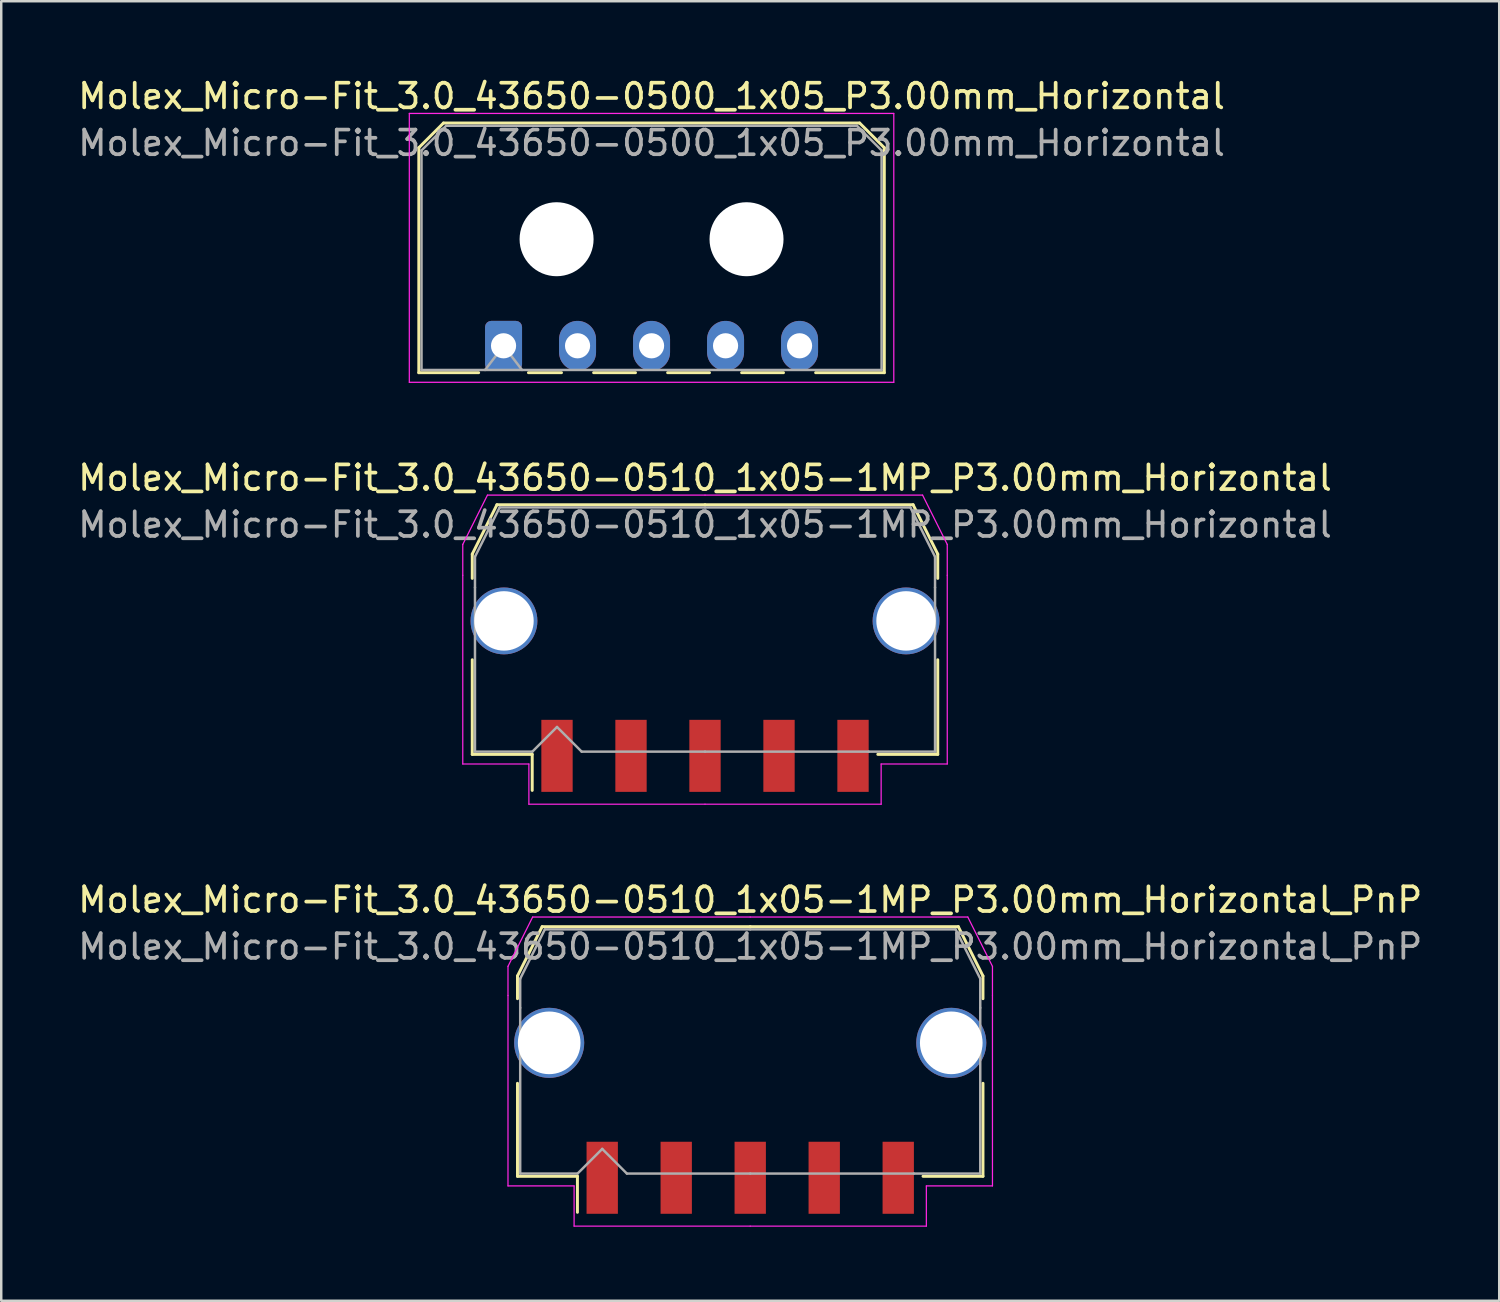
<source format=kicad_pcb>
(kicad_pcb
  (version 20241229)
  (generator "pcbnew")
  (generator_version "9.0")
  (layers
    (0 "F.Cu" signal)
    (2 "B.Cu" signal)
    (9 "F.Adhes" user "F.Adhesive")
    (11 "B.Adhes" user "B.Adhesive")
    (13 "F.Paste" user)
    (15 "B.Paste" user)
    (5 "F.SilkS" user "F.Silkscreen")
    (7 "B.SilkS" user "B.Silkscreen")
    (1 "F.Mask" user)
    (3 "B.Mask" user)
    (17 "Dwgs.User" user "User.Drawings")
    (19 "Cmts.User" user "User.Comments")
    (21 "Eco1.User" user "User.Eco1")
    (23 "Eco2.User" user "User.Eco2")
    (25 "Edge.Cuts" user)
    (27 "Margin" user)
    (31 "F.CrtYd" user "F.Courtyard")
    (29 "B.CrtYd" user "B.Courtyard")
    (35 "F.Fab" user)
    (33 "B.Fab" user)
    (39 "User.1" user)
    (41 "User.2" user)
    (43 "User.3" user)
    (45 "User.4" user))
  (footprint "Molex_Micro-Fit_3.0_43650-0500_1x05_P3.00mm_Horizontal"
    (layer "F.Cu")
    (at 17.363 10.968)
    (property "Reference" "Molex_Micro-Fit_3.0_43650-0500_1x05_P3.00mm_Horizontal" (at 6 -10.12 0) (layer "F.SilkS") (effects (font (size 1 1) (thickness 0.15))))
    (attr through_hole)
    (fp_line (start -3.435 -8.03) (end -2.435 -9.03) (stroke (width 0.12) (type solid)) (layer "F.SilkS"))
    (fp_line (start -3.435 1.09) (end -3.435 -8.03) (stroke (width 0.12) (type solid)) (layer "F.SilkS"))
    (fp_line (start -3.435 1.09) (end -1.01 1.09) (stroke (width 0.12) (type solid)) (layer "F.SilkS"))
    (fp_line (start -2.435 -9.03) (end 14.435 -9.03) (stroke (width 0.12) (type solid)) (layer "F.SilkS"))
    (fp_line (start 1.01 1.09) (end 2.348 1.09) (stroke (width 0.12) (type solid)) (layer "F.SilkS"))
    (fp_line (start 3.652 1.09) (end 5.348 1.09) (stroke (width 0.12) (type solid)) (layer "F.SilkS"))
    (fp_line (start 6.652 1.09) (end 8.348 1.09) (stroke (width 0.12) (type solid)) (layer "F.SilkS"))
    (fp_line (start 9.652 1.09) (end 11.348 1.09) (stroke (width 0.12) (type solid)) (layer "F.SilkS"))
    (fp_line (start 14.435 -9.03) (end 15.435 -8.03) (stroke (width 0.12) (type solid)) (layer "F.SilkS"))
    (fp_line (start 15.435 -8.03) (end 15.435 1.09) (stroke (width 0.12) (type solid)) (layer "F.SilkS"))
    (fp_line (start 15.435 1.09) (end 12.652 1.09) (stroke (width 0.12) (type solid)) (layer "F.SilkS"))
    (fp_line (start -3.82 -9.42) (end 15.82 -9.42) (stroke (width 0.05) (type solid)) (layer "F.CrtYd"))
    (fp_line (start -3.82 1.48) (end -3.82 -9.42) (stroke (width 0.05) (type solid)) (layer "F.CrtYd"))
    (fp_line (start 15.82 -9.42) (end 15.82 1.48) (stroke (width 0.05) (type solid)) (layer "F.CrtYd"))
    (fp_line (start 15.82 1.48) (end -3.82 1.48) (stroke (width 0.05) (type solid)) (layer "F.CrtYd"))
    (fp_line (start -3.325 -7.92) (end -2.325 -8.92) (stroke (width 0.1) (type solid)) (layer "F.Fab"))
    (fp_line (start -3.325 0.98) (end -3.325 -7.92) (stroke (width 0.1) (type solid)) (layer "F.Fab"))
    (fp_line (start -2.325 -8.92) (end 14.325 -8.92) (stroke (width 0.1) (type solid)) (layer "F.Fab"))
    (fp_line (start -0.75 0.98) (end 0 0) (stroke (width 0.1) (type solid)) (layer "F.Fab"))
    (fp_line (start 0 0) (end 0.75 0.98) (stroke (width 0.1) (type solid)) (layer "F.Fab"))
    (fp_line (start 14.325 -8.92) (end 15.325 -7.92) (stroke (width 0.1) (type solid)) (layer "F.Fab"))
    (fp_line (start 15.325 -7.92) (end 15.325 0.98) (stroke (width 0.1) (type solid)) (layer "F.Fab"))
    (fp_line (start 15.325 0.98) (end -3.325 0.98) (stroke (width 0.1) (type solid)) (layer "F.Fab"))
    (fp_text user "${REFERENCE}" (at 6 -8.22 0) (layer "F.Fab") (effects (font (size 1 1) (thickness 0.15))))
    (pad "" np_thru_hole circle (at 2.15 -4.32) (size 3 3) (drill 3) (layers "*.Cu" "*.Mask"))
    (pad "" np_thru_hole circle (at 9.85 -4.32) (size 3 3) (drill 3) (layers "*.Cu" "*.Mask"))
    (pad "1" thru_hole roundrect (at 0 0) (size 1.5 2.02) (drill 1.02) (layers "*.Cu" "*.Mask") (roundrect_rratio 0.167))
    (pad "2" thru_hole oval (at 3 0) (size 1.5 2.02) (drill 1.02) (layers "*.Cu" "*.Mask"))
    (pad "3" thru_hole oval (at 6 0) (size 1.5 2.02) (drill 1.02) (layers "*.Cu" "*.Mask"))
    (pad "4" thru_hole oval (at 9 0) (size 1.5 2.02) (drill 1.02) (layers "*.Cu" "*.Mask"))
    (pad "5" thru_hole oval (at 12 0) (size 1.5 2.02) (drill 1.02) (layers "*.Cu" "*.Mask")))
  (footprint "Molex_Micro-Fit_3.0_43650-0510_1x05-1MP_P3.00mm_Horizontal_PnP"
    (layer "F.Cu")
    (at 27.363 39.575)
    (property "Reference" "Molex_Micro-Fit_3.0_43650-0510_1x05-1MP_P3.00mm_Horizontal_PnP" (at 0 -6.15 0) (layer "F.SilkS") (effects (font (size 1 1) (thickness 0.15))))
    (attr smd)
    (fp_line (start -9.435 -3.06) (end -9.435 -2.14) (stroke (width 0.12) (type solid)) (layer "F.SilkS"))
    (fp_line (start -9.435 1.29) (end -9.435 5.06) (stroke (width 0.12) (type solid)) (layer "F.SilkS"))
    (fp_line (start -9.435 5.06) (end -7.005 5.06) (stroke (width 0.12) (type solid)) (layer "F.SilkS"))
    (fp_line (start -8.435 -5.06) (end -9.435 -3.06) (stroke (width 0.12) (type solid)) (layer "F.SilkS"))
    (fp_line (start -7.005 5.06) (end -7.005 6.52) (stroke (width 0.12) (type solid)) (layer "F.SilkS"))
    (fp_line (start 0 -5.06) (end -8.435 -5.06) (stroke (width 0.12) (type solid)) (layer "F.SilkS"))
    (fp_line (start 0 -5.06) (end 8.435 -5.06) (stroke (width 0.12) (type solid)) (layer "F.SilkS"))
    (fp_line (start 8.435 -5.06) (end 9.435 -3.06) (stroke (width 0.12) (type solid)) (layer "F.SilkS"))
    (fp_line (start 9.435 -3.06) (end 9.435 -2.14) (stroke (width 0.12) (type solid)) (layer "F.SilkS"))
    (fp_line (start 9.435 1.29) (end 9.435 5.06) (stroke (width 0.12) (type solid)) (layer "F.SilkS"))
    (fp_line (start 9.435 5.06) (end 7.005 5.06) (stroke (width 0.12) (type solid)) (layer "F.SilkS"))
    (fp_line (start -9.82 -3.45) (end -9.82 -2.27) (stroke (width 0.05) (type solid)) (layer "F.CrtYd"))
    (fp_line (start -9.82 -2.27) (end -9.82 5.45) (stroke (width 0.05) (type solid)) (layer "F.CrtYd"))
    (fp_line (start -9.82 5.45) (end -7.14 5.45) (stroke (width 0.05) (type solid)) (layer "F.CrtYd"))
    (fp_line (start -8.82 -5.45) (end -9.82 -3.45) (stroke (width 0.05) (type solid)) (layer "F.CrtYd"))
    (fp_line (start -7.14 5.45) (end -7.14 7.08) (stroke (width 0.05) (type solid)) (layer "F.CrtYd"))
    (fp_line (start -7.14 7.08) (end 0 7.08) (stroke (width 0.05) (type solid)) (layer "F.CrtYd"))
    (fp_line (start 0 -5.45) (end -8.82 -5.45) (stroke (width 0.05) (type solid)) (layer "F.CrtYd"))
    (fp_line (start 0 -5.45) (end 8.82 -5.45) (stroke (width 0.05) (type solid)) (layer "F.CrtYd"))
    (fp_line (start 7.14 5.45) (end 7.14 7.08) (stroke (width 0.05) (type solid)) (layer "F.CrtYd"))
    (fp_line (start 7.14 7.08) (end 0 7.08) (stroke (width 0.05) (type solid)) (layer "F.CrtYd"))
    (fp_line (start 8.82 -5.45) (end 9.82 -3.45) (stroke (width 0.05) (type solid)) (layer "F.CrtYd"))
    (fp_line (start 9.82 -3.45) (end 9.82 -2.27) (stroke (width 0.05) (type solid)) (layer "F.CrtYd"))
    (fp_line (start 9.82 -2.27) (end 9.82 5.45) (stroke (width 0.05) (type solid)) (layer "F.CrtYd"))
    (fp_line (start 9.82 5.45) (end 7.14 5.45) (stroke (width 0.05) (type solid)) (layer "F.CrtYd"))
    (fp_line (start -9.325 -2.95) (end -9.325 -1.77) (stroke (width 0.1) (type solid)) (layer "F.Fab"))
    (fp_line (start -9.325 -1.77) (end -9.325 4.95) (stroke (width 0.1) (type solid)) (layer "F.Fab"))
    (fp_line (start -9.325 4.95) (end -7 4.95) (stroke (width 0.1) (type solid)) (layer "F.Fab"))
    (fp_line (start -8.325 -4.95) (end -9.325 -2.95) (stroke (width 0.1) (type solid)) (layer "F.Fab"))
    (fp_line (start -7 4.95) (end -6 3.95) (stroke (width 0.1) (type solid)) (layer "F.Fab"))
    (fp_line (start -6 3.95) (end -5 4.95) (stroke (width 0.1) (type solid)) (layer "F.Fab"))
    (fp_line (start -5 4.95) (end 0 4.95) (stroke (width 0.1) (type solid)) (layer "F.Fab"))
    (fp_line (start 0 -4.95) (end -8.325 -4.95) (stroke (width 0.1) (type solid)) (layer "F.Fab"))
    (fp_line (start 0 -4.95) (end 8.325 -4.95) (stroke (width 0.1) (type solid)) (layer "F.Fab"))
    (fp_line (start 6.635 4.95) (end 0 4.95) (stroke (width 0.1) (type solid)) (layer "F.Fab"))
    (fp_line (start 8.325 -4.95) (end 9.325 -2.95) (stroke (width 0.1) (type solid)) (layer "F.Fab"))
    (fp_line (start 9.325 -2.95) (end 9.325 -1.77) (stroke (width 0.1) (type solid)) (layer "F.Fab"))
    (fp_line (start 9.325 -1.77) (end 9.325 4.95) (stroke (width 0.1) (type solid)) (layer "F.Fab"))
    (fp_line (start 9.325 4.95) (end 6.635 4.95) (stroke (width 0.1) (type solid)) (layer "F.Fab"))
    (fp_text user "${REFERENCE}" (at 0 -4.25 0) (layer "F.Fab") (effects (font (size 1 1) (thickness 0.15))))
    (pad "1" smd rect (at -6 5.12) (size 1.27 2.92) (layers "F.Cu" "F.Mask" "F.Paste"))
    (pad "2" smd rect (at -3 5.12) (size 1.27 2.92) (layers "F.Cu" "F.Mask" "F.Paste"))
    (pad "3" smd rect (at 0 5.12) (size 1.27 2.92) (layers "F.Cu" "F.Mask" "F.Paste"))
    (pad "4" smd rect (at 3 5.12) (size 1.27 2.92) (layers "F.Cu" "F.Mask" "F.Paste"))
    (pad "5" smd rect (at 6 5.12) (size 1.27 2.92) (layers "F.Cu" "F.Mask" "F.Paste"))
    (pad "MP" thru_hole circle (at -8.15 -0.35) (size 2.84 2.84) (drill 2.54) (layers "*.Cu" "*.Mask"))
    (pad "MP" thru_hole circle (at 8.15 -0.35) (size 2.84 2.84) (drill 2.54) (layers "*.Cu" "*.Mask")))
  (footprint "Molex_Micro-Fit_3.0_43650-0510_1x05-1MP_P3.00mm_Horizontal"
    (layer "F.Cu")
    (at 25.53 22.471)
    (property "Reference" "Molex_Micro-Fit_3.0_43650-0510_1x05-1MP_P3.00mm_Horizontal" (at 0 -6.15 0) (layer "F.SilkS") (effects (font (size 1 1) (thickness 0.15))))
    (attr smd)
    (fp_line (start -9.435 -3.06) (end -9.435 -2.075) (stroke (width 0.12) (type solid)) (layer "F.SilkS"))
    (fp_line (start -9.435 1.225) (end -9.435 5.06) (stroke (width 0.12) (type solid)) (layer "F.SilkS"))
    (fp_line (start -9.435 5.06) (end -7.005 5.06) (stroke (width 0.12) (type solid)) (layer "F.SilkS"))
    (fp_line (start -8.435 -5.06) (end -9.435 -3.06) (stroke (width 0.12) (type solid)) (layer "F.SilkS"))
    (fp_line (start -7.005 5.06) (end -7.005 6.52) (stroke (width 0.12) (type solid)) (layer "F.SilkS"))
    (fp_line (start 0 -5.06) (end -8.435 -5.06) (stroke (width 0.12) (type solid)) (layer "F.SilkS"))
    (fp_line (start 0 -5.06) (end 8.435 -5.06) (stroke (width 0.12) (type solid)) (layer "F.SilkS"))
    (fp_line (start 8.435 -5.06) (end 9.435 -3.06) (stroke (width 0.12) (type solid)) (layer "F.SilkS"))
    (fp_line (start 9.435 -3.06) (end 9.435 -2.075) (stroke (width 0.12) (type solid)) (layer "F.SilkS"))
    (fp_line (start 9.435 1.225) (end 9.435 5.06) (stroke (width 0.12) (type solid)) (layer "F.SilkS"))
    (fp_line (start 9.435 5.06) (end 7.005 5.06) (stroke (width 0.12) (type solid)) (layer "F.SilkS"))
    (fp_line (start -9.82 -3.45) (end -9.82 -2.2) (stroke (width 0.05) (type solid)) (layer "F.CrtYd"))
    (fp_line (start -9.82 -2.2) (end -9.82 5.45) (stroke (width 0.05) (type solid)) (layer "F.CrtYd"))
    (fp_line (start -9.82 5.45) (end -7.14 5.45) (stroke (width 0.05) (type solid)) (layer "F.CrtYd"))
    (fp_line (start -8.82 -5.45) (end -9.82 -3.45) (stroke (width 0.05) (type solid)) (layer "F.CrtYd"))
    (fp_line (start -7.14 5.45) (end -7.14 7.08) (stroke (width 0.05) (type solid)) (layer "F.CrtYd"))
    (fp_line (start -7.14 7.08) (end 0 7.08) (stroke (width 0.05) (type solid)) (layer "F.CrtYd"))
    (fp_line (start 0 -5.45) (end -8.82 -5.45) (stroke (width 0.05) (type solid)) (layer "F.CrtYd"))
    (fp_line (start 0 -5.45) (end 8.82 -5.45) (stroke (width 0.05) (type solid)) (layer "F.CrtYd"))
    (fp_line (start 7.14 5.45) (end 7.14 7.08) (stroke (width 0.05) (type solid)) (layer "F.CrtYd"))
    (fp_line (start 7.14 7.08) (end 0 7.08) (stroke (width 0.05) (type solid)) (layer "F.CrtYd"))
    (fp_line (start 8.82 -5.45) (end 9.82 -3.45) (stroke (width 0.05) (type solid)) (layer "F.CrtYd"))
    (fp_line (start 9.82 -3.45) (end 9.82 -2.2) (stroke (width 0.05) (type solid)) (layer "F.CrtYd"))
    (fp_line (start 9.82 -2.2) (end 9.82 5.45) (stroke (width 0.05) (type solid)) (layer "F.CrtYd"))
    (fp_line (start 9.82 5.45) (end 7.14 5.45) (stroke (width 0.05) (type solid)) (layer "F.CrtYd"))
    (fp_line (start -9.325 -2.95) (end -9.325 -1.705) (stroke (width 0.1) (type solid)) (layer "F.Fab"))
    (fp_line (start -9.325 -1.705) (end -9.325 4.95) (stroke (width 0.1) (type solid)) (layer "F.Fab"))
    (fp_line (start -9.325 4.95) (end -7 4.95) (stroke (width 0.1) (type solid)) (layer "F.Fab"))
    (fp_line (start -8.325 -4.95) (end -9.325 -2.95) (stroke (width 0.1) (type solid)) (layer "F.Fab"))
    (fp_line (start -7 4.95) (end -6 3.95) (stroke (width 0.1) (type solid)) (layer "F.Fab"))
    (fp_line (start -6 3.95) (end -5 4.95) (stroke (width 0.1) (type solid)) (layer "F.Fab"))
    (fp_line (start -5 4.95) (end 0 4.95) (stroke (width 0.1) (type solid)) (layer "F.Fab"))
    (fp_line (start 0 -4.95) (end -8.325 -4.95) (stroke (width 0.1) (type solid)) (layer "F.Fab"))
    (fp_line (start 0 -4.95) (end 8.325 -4.95) (stroke (width 0.1) (type solid)) (layer "F.Fab"))
    (fp_line (start 6.635 4.95) (end 0 4.95) (stroke (width 0.1) (type solid)) (layer "F.Fab"))
    (fp_line (start 8.325 -4.95) (end 9.325 -2.95) (stroke (width 0.1) (type solid)) (layer "F.Fab"))
    (fp_line (start 9.325 -2.95) (end 9.325 -1.705) (stroke (width 0.1) (type solid)) (layer "F.Fab"))
    (fp_line (start 9.325 -1.705) (end 9.325 4.95) (stroke (width 0.1) (type solid)) (layer "F.Fab"))
    (fp_line (start 9.325 4.95) (end 6.635 4.95) (stroke (width 0.1) (type solid)) (layer "F.Fab"))
    (fp_text user "${REFERENCE}" (at 0 -4.25 0) (layer "F.Fab") (effects (font (size 1 1) (thickness 0.15))))
    (pad "1" smd rect (at -6 5.12) (size 1.27 2.92) (layers "F.Cu" "F.Mask" "F.Paste"))
    (pad "2" smd rect (at -3 5.12) (size 1.27 2.92) (layers "F.Cu" "F.Mask" "F.Paste"))
    (pad "3" smd rect (at 0 5.12) (size 1.27 2.92) (layers "F.Cu" "F.Mask" "F.Paste"))
    (pad "4" smd rect (at 3 5.12) (size 1.27 2.92) (layers "F.Cu" "F.Mask" "F.Paste"))
    (pad "5" smd rect (at 6 5.12) (size 1.27 2.92) (layers "F.Cu" "F.Mask" "F.Paste"))
    (pad "MP" thru_hole circle (at -8.15 -0.35) (size 2.71 2.71) (drill 2.41) (layers "*.Cu" "*.Mask"))
    (pad "MP" thru_hole circle (at 8.15 -0.35) (size 2.71 2.71) (drill 2.41) (layers "*.Cu" "*.Mask")))
  (gr_rect
    (start -3 -3)
    (end 57.726 49.68)
    (stroke (width 0.1) (type default))
    (fill no)
    (layer "Edge.Cuts")))
</source>
